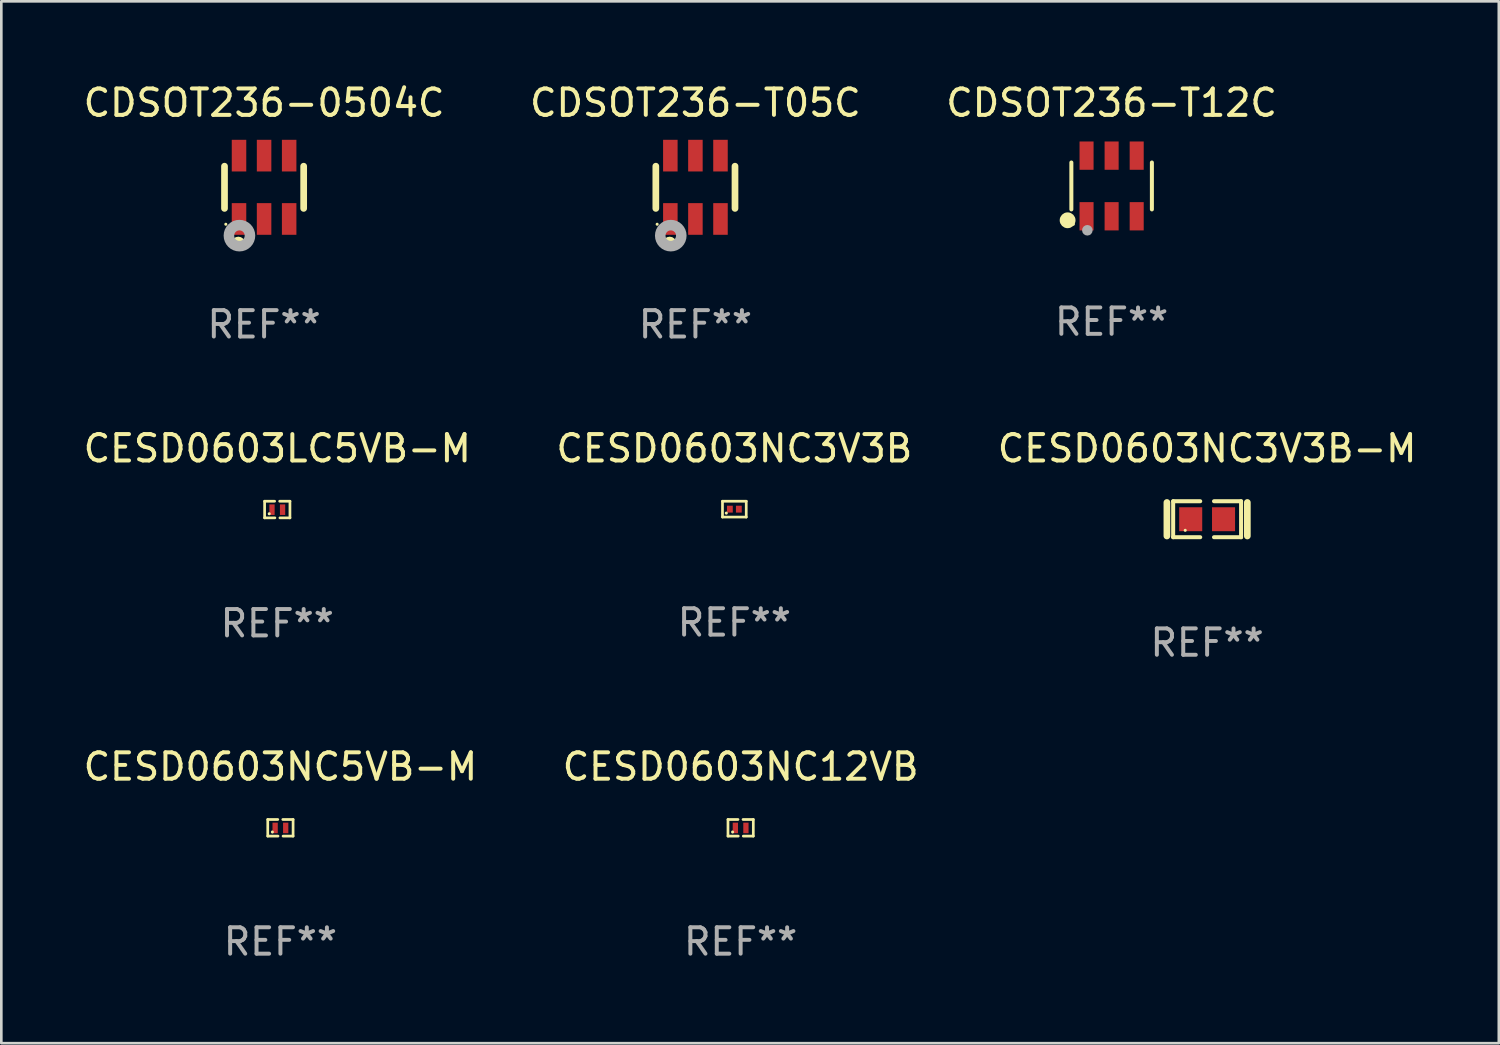
<source format=kicad_pcb>
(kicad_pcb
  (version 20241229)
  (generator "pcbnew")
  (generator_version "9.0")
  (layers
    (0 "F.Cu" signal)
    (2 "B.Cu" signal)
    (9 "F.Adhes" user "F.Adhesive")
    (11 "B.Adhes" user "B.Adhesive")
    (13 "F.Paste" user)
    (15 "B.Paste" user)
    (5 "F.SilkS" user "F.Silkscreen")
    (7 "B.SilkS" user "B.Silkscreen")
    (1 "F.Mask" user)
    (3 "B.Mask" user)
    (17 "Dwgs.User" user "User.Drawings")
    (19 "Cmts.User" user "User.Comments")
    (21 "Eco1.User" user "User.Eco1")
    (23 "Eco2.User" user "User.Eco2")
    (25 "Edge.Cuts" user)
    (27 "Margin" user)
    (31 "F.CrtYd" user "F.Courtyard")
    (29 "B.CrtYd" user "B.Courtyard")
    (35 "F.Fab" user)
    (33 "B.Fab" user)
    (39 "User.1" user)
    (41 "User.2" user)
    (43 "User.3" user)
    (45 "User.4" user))
  (footprint "CESD0603NC5VB-M"
    (layer "F.Cu")
    (at 7.577 28.321)
    (property "Reference" "CESD0603NC5VB-M" (at 0 -2.315 0) (layer "F.SilkS") (effects (font (size 1 1) (thickness 0.15))))
    (attr through_hole)
    (fp_line (start -0.48 -0.315) (end -0.48 0.315) (stroke (width 0.102) (type solid)) (layer "F.SilkS"))
    (fp_line (start -0.48 0.315) (end -0.09 0.315) (stroke (width 0.102) (type solid)) (layer "F.SilkS"))
    (fp_line (start -0.48 -0.315) (end -0.1 -0.315) (stroke (width 0.102) (type solid)) (layer "F.SilkS"))
    (fp_line (start 0.48 0.315) (end 0.1 0.315) (stroke (width 0.102) (type solid)) (layer "F.SilkS"))
    (fp_line (start 0.48 -0.315) (end 0.09 -0.315) (stroke (width 0.102) (type solid)) (layer "F.SilkS"))
    (fp_line (start 0.48 0.315) (end 0.48 -0.315) (stroke (width 0.102) (type solid)) (layer "F.SilkS"))
    (fp_circle (center -0.305 0.16) (end -0.275 0.16) (stroke (width 0.06) (type solid)) (fill no) (layer "F.SilkS"))
    (fp_text user "REF**" (at 0 4.315 0) (layer "F.Fab") (effects (font (size 1 1) (thickness 0.15))))
    (pad "1" smd rect (at -0.2 0.005) (size 0.2 0.4) (layers "F.Cu" "F.Mask" "F.Paste"))
    (pad "2" smd rect (at 0.2 0.005) (size 0.2 0.4) (layers "F.Cu" "F.Mask" "F.Paste")))
  (footprint "CDSOT236-T05C"
    (layer "F.Cu")
    (at 23.304 4.048)
    (property "Reference" "CDSOT236-T05C" (at 0 -3.2 0) (layer "F.SilkS") (effects (font (size 1 1) (thickness 0.15))))
    (attr through_hole)
    (fp_line (start -1.5 0.8) (end -1.5 -0.8) (stroke (width 0.254) (type solid)) (layer "F.SilkS"))
    (fp_line (start 1.5 -0.8) (end 1.5 0.8) (stroke (width 0.254) (type solid)) (layer "F.SilkS"))
    (fp_circle (center -1.45 1.4) (end -1.42 1.4) (stroke (width 0.06) (type solid)) (fill no) (layer "F.SilkS"))
    (fp_circle (center -0.975 2.125) (end -0.848 2.125) (stroke (width 0.254) (type solid)) (fill no) (layer "F.SilkS"))
    (fp_circle (center -0.934 1.832) (end -0.735 1.832) (stroke (width 0.4) (type solid)) (fill no) (layer "F.Fab"))
    (fp_text user "REF**" (at 0 5.2 0) (layer "F.Fab") (effects (font (size 1 1) (thickness 0.15))))
    (pad "1" smd rect (at -0.95 1.2) (size 0.55 1.2) (layers "F.Cu" "F.Mask" "F.Paste"))
    (pad "2" smd rect (at 0 1.2) (size 0.55 1.2) (layers "F.Cu" "F.Mask" "F.Paste"))
    (pad "3" smd rect (at 0.95 1.2) (size 0.55 1.2) (layers "F.Cu" "F.Mask" "F.Paste"))
    (pad "4" smd rect (at 0.95 -1.2) (size 0.55 1.2) (layers "F.Cu" "F.Mask" "F.Paste"))
    (pad "5" smd rect (at 0 -1.2) (size 0.55 1.2) (layers "F.Cu" "F.Mask" "F.Paste"))
    (pad "6" smd rect (at -0.95 -1.2) (size 0.55 1.2) (layers "F.Cu" "F.Mask" "F.Paste")))
  (footprint "CESD0603LC5VB-M"
    (layer "F.Cu")
    (at 7.458 16.26)
    (property "Reference" "CESD0603LC5VB-M" (at 0 -2.315 0) (layer "F.SilkS") (effects (font (size 1 1) (thickness 0.15))))
    (attr through_hole)
    (fp_line (start -0.48 -0.315) (end -0.48 0.315) (stroke (width 0.102) (type solid)) (layer "F.SilkS"))
    (fp_line (start -0.48 0.315) (end -0.09 0.315) (stroke (width 0.102) (type solid)) (layer "F.SilkS"))
    (fp_line (start -0.48 -0.315) (end -0.1 -0.315) (stroke (width 0.102) (type solid)) (layer "F.SilkS"))
    (fp_line (start 0.48 0.315) (end 0.1 0.315) (stroke (width 0.102) (type solid)) (layer "F.SilkS"))
    (fp_line (start 0.48 -0.315) (end 0.09 -0.315) (stroke (width 0.102) (type solid)) (layer "F.SilkS"))
    (fp_line (start 0.48 0.315) (end 0.48 -0.315) (stroke (width 0.102) (type solid)) (layer "F.SilkS"))
    (fp_circle (center -0.305 0.16) (end -0.275 0.16) (stroke (width 0.06) (type solid)) (fill no) (layer "F.SilkS"))
    (fp_text user "REF**" (at 0 4.315 0) (layer "F.Fab") (effects (font (size 1 1) (thickness 0.15))))
    (pad "1" smd rect (at -0.2 0.005) (size 0.2 0.4) (layers "F.Cu" "F.Mask" "F.Paste"))
    (pad "2" smd rect (at 0.2 0.005) (size 0.2 0.4) (layers "F.Cu" "F.Mask" "F.Paste")))
  (footprint "CDSOT236-0504C"
    (layer "F.Cu")
    (at 6.958 4.048)
    (property "Reference" "CDSOT236-0504C" (at 0 -3.2 0) (layer "F.SilkS") (effects (font (size 1 1) (thickness 0.15))))
    (attr through_hole)
    (fp_line (start -1.5 0.8) (end -1.5 -0.8) (stroke (width 0.254) (type solid)) (layer "F.SilkS"))
    (fp_line (start 1.5 -0.8) (end 1.5 0.8) (stroke (width 0.254) (type solid)) (layer "F.SilkS"))
    (fp_circle (center -1.45 1.4) (end -1.42 1.4) (stroke (width 0.06) (type solid)) (fill no) (layer "F.SilkS"))
    (fp_circle (center -0.975 2.125) (end -0.848 2.125) (stroke (width 0.254) (type solid)) (fill no) (layer "F.SilkS"))
    (fp_circle (center -0.934 1.832) (end -0.735 1.832) (stroke (width 0.4) (type solid)) (fill no) (layer "F.Fab"))
    (fp_text user "REF**" (at 0 5.2 0) (layer "F.Fab") (effects (font (size 1 1) (thickness 0.15))))
    (pad "1" smd rect (at -0.95 1.2) (size 0.55 1.2) (layers "F.Cu" "F.Mask" "F.Paste"))
    (pad "2" smd rect (at 0 1.2) (size 0.55 1.2) (layers "F.Cu" "F.Mask" "F.Paste"))
    (pad "3" smd rect (at 0.95 1.2) (size 0.55 1.2) (layers "F.Cu" "F.Mask" "F.Paste"))
    (pad "4" smd rect (at 0.95 -1.2) (size 0.55 1.2) (layers "F.Cu" "F.Mask" "F.Paste"))
    (pad "5" smd rect (at 0 -1.2) (size 0.55 1.2) (layers "F.Cu" "F.Mask" "F.Paste"))
    (pad "6" smd rect (at -0.95 -1.2) (size 0.55 1.2) (layers "F.Cu" "F.Mask" "F.Paste")))
  (footprint "CESD0603NC3V3B"
    (layer "F.Cu")
    (at 24.78 16.245)
    (property "Reference" "CESD0603NC3V3B" (at 0 -2.3 0) (layer "F.SilkS") (effects (font (size 1 1) (thickness 0.15))))
    (attr through_hole)
    (fp_line (start -0.45 -0.3) (end 0.45 -0.3) (stroke (width 0.102) (type solid)) (layer "F.SilkS"))
    (fp_line (start -0.45 0.3) (end -0.45 -0.3) (stroke (width 0.102) (type solid)) (layer "F.SilkS"))
    (fp_line (start 0.45 -0.3) (end 0.45 0.3) (stroke (width 0.102) (type solid)) (layer "F.SilkS"))
    (fp_line (start 0.45 0.3) (end -0.45 0.3) (stroke (width 0.102) (type solid)) (layer "F.SilkS"))
    (fp_circle (center -0.305 0.15) (end -0.275 0.15) (stroke (width 0.06) (type solid)) (fill no) (layer "F.SilkS"))
    (fp_text user "REF**" (at 0 4.3 0) (layer "F.Fab") (effects (font (size 1 1) (thickness 0.15))))
    (pad "1" smd rect (at -0.17 0 90) (size 0.26 0.22) (layers "F.Cu" "F.Mask" "F.Paste"))
    (pad "2" smd rect (at 0.17 0 90) (size 0.26 0.22) (layers "F.Cu" "F.Mask" "F.Paste")))
  (footprint "CDSOT236-T12C"
    (layer "F.Cu")
    (at 39.077 3.997)
    (property "Reference" "CDSOT236-T12C" (at 0 -3.149 0) (layer "F.SilkS") (effects (font (size 1 1) (thickness 0.15))))
    (attr through_hole)
    (fp_line (start -1.526 0.889) (end -1.526 -0.889) (stroke (width 0.152) (type solid)) (layer "F.SilkS"))
    (fp_line (start 1.526 0.889) (end 1.526 -0.889) (stroke (width 0.152) (type solid)) (layer "F.SilkS"))
    (fp_circle (center -1.668 1.301) (end -1.518 1.301) (stroke (width 0.3) (type solid)) (fill no) (layer "F.SilkS"))
    (fp_circle (center -1.45 1.45) (end -1.42 1.45) (stroke (width 0.06) (type solid)) (fill no) (layer "F.SilkS"))
    (fp_circle (center -0.92 1.68) (end -0.82 1.68) (stroke (width 0.2) (type solid)) (fill no) (layer "F.Fab"))
    (fp_text user "REF**" (at 0 5.149 0) (layer "F.Fab") (effects (font (size 1 1) (thickness 0.15))))
    (pad "1" smd rect (at -0.95 1.149) (size 0.532 1.072) (layers "F.Cu" "F.Mask" "F.Paste"))
    (pad "2" smd rect (at 0 1.149) (size 0.532 1.072) (layers "F.Cu" "F.Mask" "F.Paste"))
    (pad "3" smd rect (at 0.95 1.149) (size 0.532 1.072) (layers "F.Cu" "F.Mask" "F.Paste"))
    (pad "4" smd rect (at 0.95 -1.149) (size 0.532 1.072) (layers "F.Cu" "F.Mask" "F.Paste"))
    (pad "5" smd rect (at 0 -1.149) (size 0.532 1.072) (layers "F.Cu" "F.Mask" "F.Paste"))
    (pad "6" smd rect (at -0.95 -1.149) (size 0.532 1.072) (layers "F.Cu" "F.Mask" "F.Paste")))
  (footprint "CESD0603NC3V3B-M"
    (layer "F.Cu")
    (at 42.696 16.627)
    (property "Reference" "CESD0603NC3V3B-M" (at 0 -2.682 0) (layer "F.SilkS") (effects (font (size 1 1) (thickness 0.15))))
    (attr through_hole)
    (fp_line (start -1.524 -0.635) (end -1.524 0.635) (stroke (width 0.254) (type solid)) (layer "F.SilkS"))
    (fp_line (start -1.287 -0.682) (end -0.261 -0.682) (stroke (width 0.152) (type solid)) (layer "F.SilkS"))
    (fp_line (start -1.287 0.682) (end -1.287 -0.682) (stroke (width 0.152) (type solid)) (layer "F.SilkS"))
    (fp_line (start -0.261 0.682) (end -1.287 0.682) (stroke (width 0.152) (type solid)) (layer "F.SilkS"))
    (fp_line (start 0.261 0.682) (end 1.287 0.682) (stroke (width 0.152) (type solid)) (layer "F.SilkS"))
    (fp_line (start 1.287 -0.682) (end 0.261 -0.682) (stroke (width 0.152) (type solid)) (layer "F.SilkS"))
    (fp_line (start 1.287 0.682) (end 1.287 -0.682) (stroke (width 0.152) (type solid)) (layer "F.SilkS"))
    (fp_line (start 1.524 -0.635) (end 1.524 0.635) (stroke (width 0.254) (type solid)) (layer "F.SilkS"))
    (fp_circle (center -0.83 0.42) (end -0.8 0.42) (stroke (width 0.06) (type solid)) (fill no) (layer "F.SilkS"))
    (fp_text user "REF**" (at 0 4.682 0) (layer "F.Fab") (effects (font (size 1 1) (thickness 0.15))))
    (pad "1" smd rect (at -0.622 0) (size 0.873 0.907) (layers "F.Cu" "F.Mask" "F.Paste"))
    (pad "2" smd rect (at 0.622 0) (size 0.873 0.907) (layers "F.Cu" "F.Mask" "F.Paste")))
  (footprint "CESD0603NC12VB"
    (layer "F.Cu")
    (at 25.018 28.321)
    (property "Reference" "CESD0603NC12VB" (at 0 -2.315 0) (layer "F.SilkS") (effects (font (size 1 1) (thickness 0.15))))
    (attr through_hole)
    (fp_line (start -0.48 -0.315) (end -0.48 0.315) (stroke (width 0.102) (type solid)) (layer "F.SilkS"))
    (fp_line (start -0.48 0.315) (end -0.09 0.315) (stroke (width 0.102) (type solid)) (layer "F.SilkS"))
    (fp_line (start -0.48 -0.315) (end -0.1 -0.315) (stroke (width 0.102) (type solid)) (layer "F.SilkS"))
    (fp_line (start 0.48 0.315) (end 0.1 0.315) (stroke (width 0.102) (type solid)) (layer "F.SilkS"))
    (fp_line (start 0.48 -0.315) (end 0.09 -0.315) (stroke (width 0.102) (type solid)) (layer "F.SilkS"))
    (fp_line (start 0.48 0.315) (end 0.48 -0.315) (stroke (width 0.102) (type solid)) (layer "F.SilkS"))
    (fp_circle (center -0.305 0.16) (end -0.275 0.16) (stroke (width 0.06) (type solid)) (fill no) (layer "F.SilkS"))
    (fp_text user "REF**" (at 0 4.315 0) (layer "F.Fab") (effects (font (size 1 1) (thickness 0.15))))
    (pad "1" smd rect (at -0.2 0.005) (size 0.2 0.4) (layers "F.Cu" "F.Mask" "F.Paste"))
    (pad "2" smd rect (at 0.2 0.005) (size 0.2 0.4) (layers "F.Cu" "F.Mask" "F.Paste")))
  (gr_rect
    (start -3 -3)
    (end 53.75 36.484)
    (stroke (width 0.1) (type default))
    (fill no)
    (layer "Edge.Cuts")))
</source>
